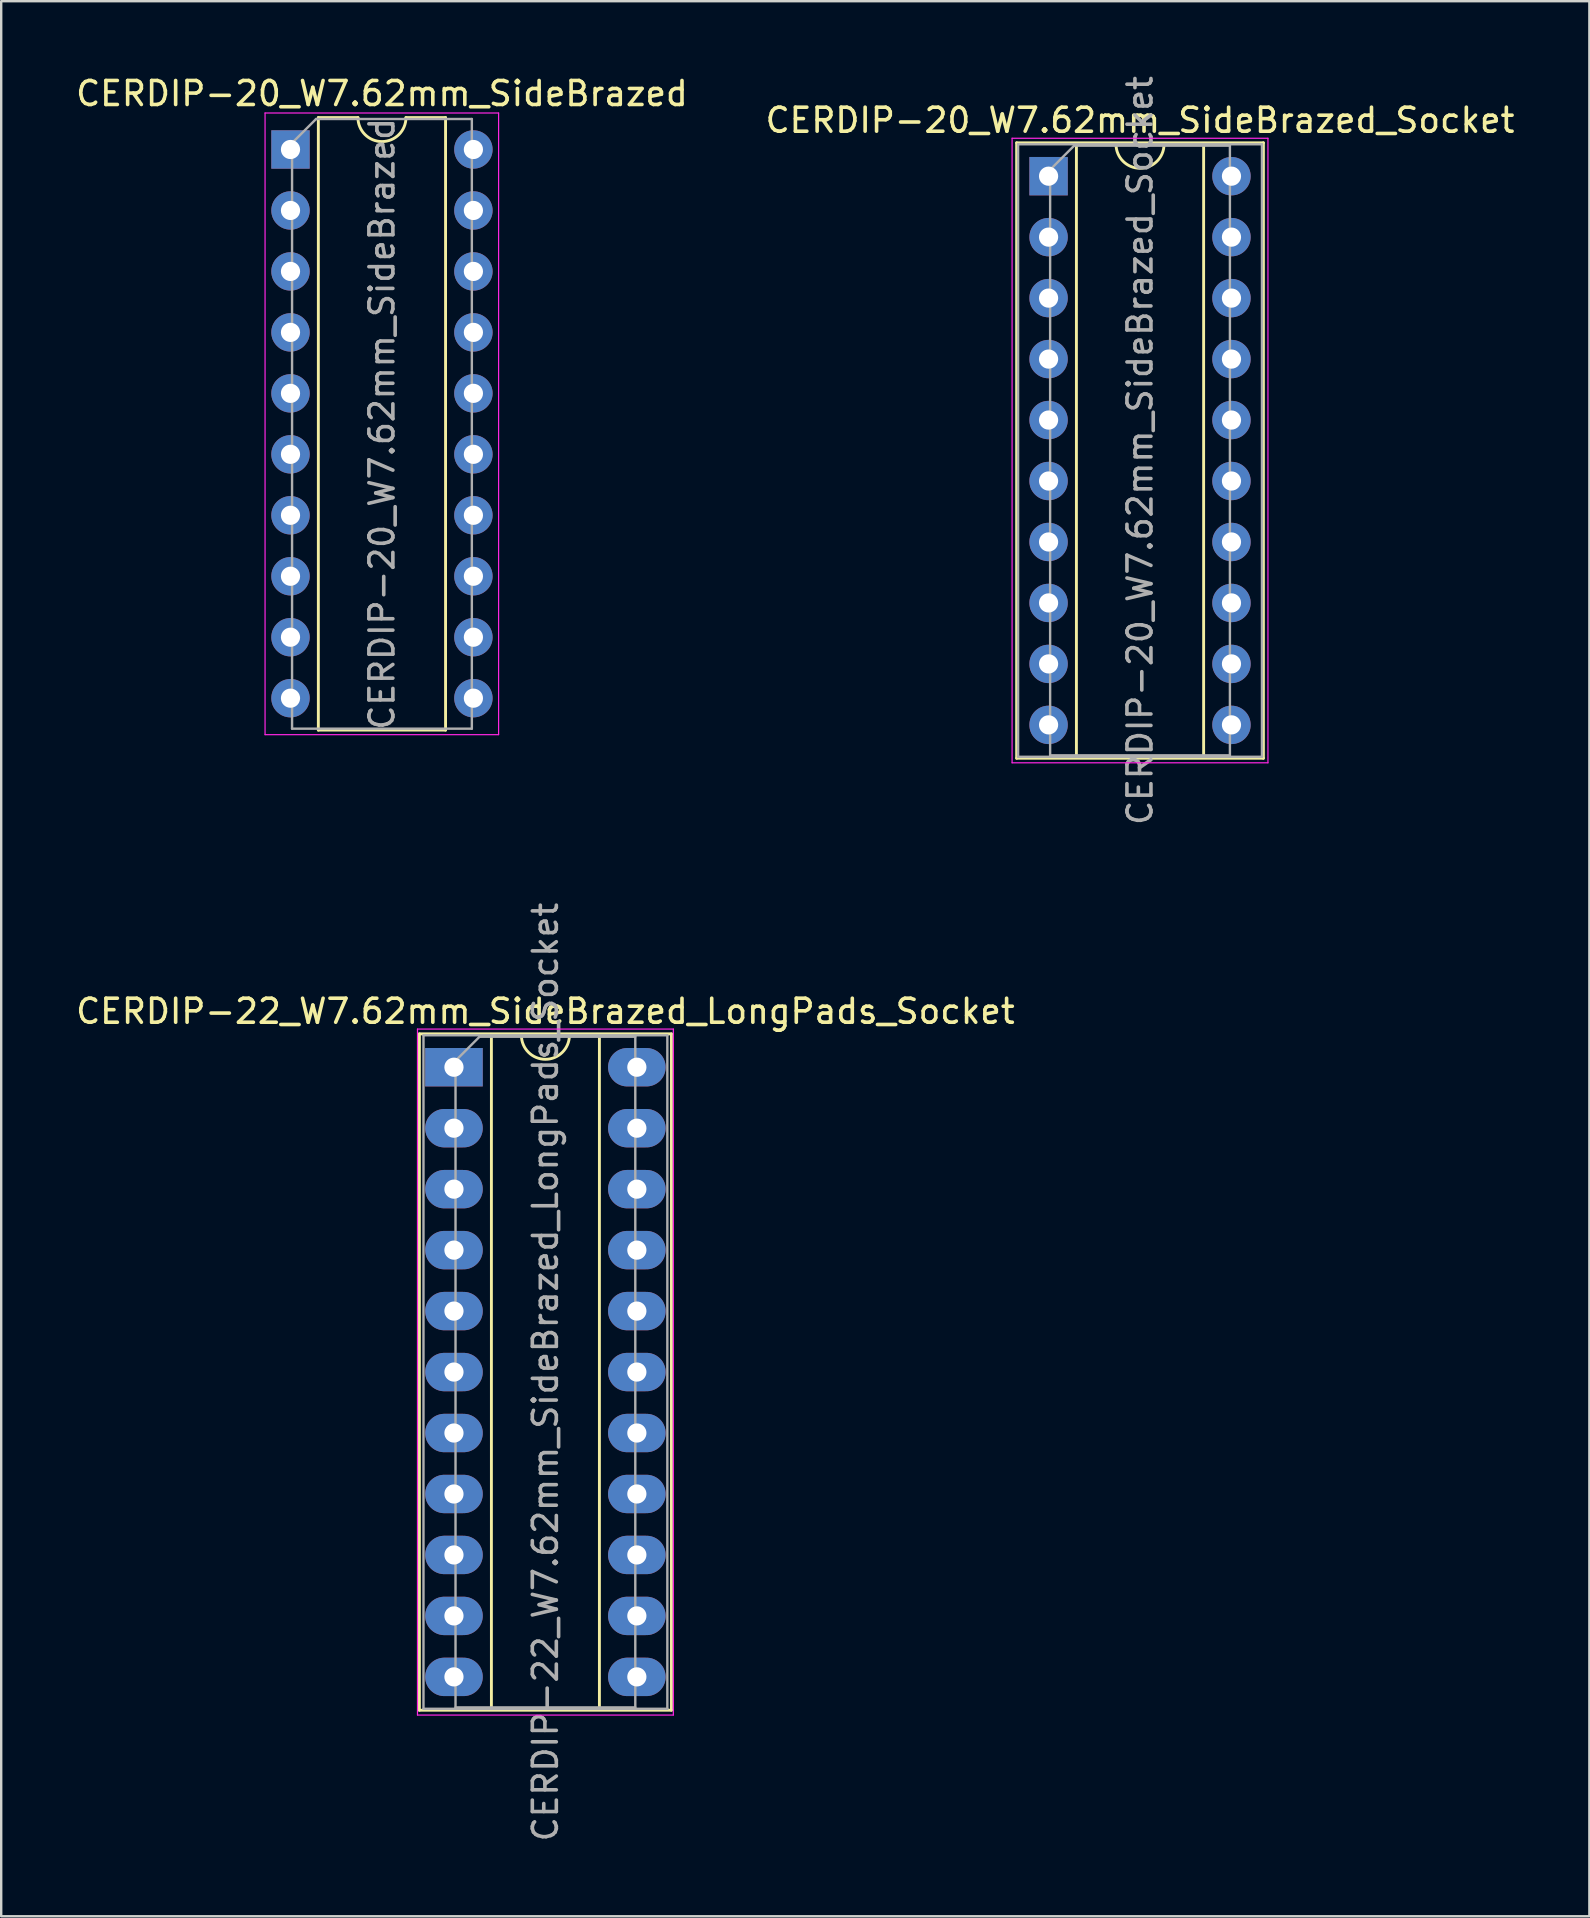
<source format=kicad_pcb>
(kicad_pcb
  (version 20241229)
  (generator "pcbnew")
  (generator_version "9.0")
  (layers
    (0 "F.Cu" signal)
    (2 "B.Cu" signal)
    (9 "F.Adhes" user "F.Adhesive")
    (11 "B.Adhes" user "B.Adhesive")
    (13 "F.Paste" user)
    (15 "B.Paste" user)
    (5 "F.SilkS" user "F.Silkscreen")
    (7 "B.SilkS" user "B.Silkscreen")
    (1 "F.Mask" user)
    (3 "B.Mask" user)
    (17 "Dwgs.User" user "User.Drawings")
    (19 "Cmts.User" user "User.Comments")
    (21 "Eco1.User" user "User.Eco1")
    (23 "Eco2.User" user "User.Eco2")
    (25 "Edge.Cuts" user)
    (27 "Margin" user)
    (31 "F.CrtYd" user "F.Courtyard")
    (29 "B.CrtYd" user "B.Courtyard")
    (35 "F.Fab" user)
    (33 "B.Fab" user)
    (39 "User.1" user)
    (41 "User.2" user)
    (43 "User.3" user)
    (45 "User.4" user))
  (footprint "CERDIP-22_W7.62mm_SideBrazed_LongPads_Socket"
    (layer "F.Cu")
    (at 15.863 41.413)
    (property "Reference" "CERDIP-22_W7.62mm_SideBrazed_LongPads_Socket" (at 3.81 -2.33 0) (layer "F.SilkS") (effects (font (size 1 1) (thickness 0.15))))
    (attr through_hole)
    (fp_line (start -1.44 -1.39) (end -1.44 26.79) (stroke (width 0.12) (type solid)) (layer "F.SilkS"))
    (fp_line (start -1.44 26.79) (end 9.06 26.79) (stroke (width 0.12) (type solid)) (layer "F.SilkS"))
    (fp_line (start 1.56 -1.33) (end 1.56 26.73) (stroke (width 0.12) (type solid)) (layer "F.SilkS"))
    (fp_line (start 1.56 26.73) (end 6.06 26.73) (stroke (width 0.12) (type solid)) (layer "F.SilkS"))
    (fp_line (start 2.81 -1.33) (end 1.56 -1.33) (stroke (width 0.12) (type solid)) (layer "F.SilkS"))
    (fp_line (start 6.06 -1.33) (end 4.81 -1.33) (stroke (width 0.12) (type solid)) (layer "F.SilkS"))
    (fp_line (start 6.06 26.73) (end 6.06 -1.33) (stroke (width 0.12) (type solid)) (layer "F.SilkS"))
    (fp_line (start 9.06 -1.39) (end -1.44 -1.39) (stroke (width 0.12) (type solid)) (layer "F.SilkS"))
    (fp_line (start 9.06 26.79) (end 9.06 -1.39) (stroke (width 0.12) (type solid)) (layer "F.SilkS"))
    (fp_arc (start 4.81 -1.33) (mid 3.81 -0.33) (end 2.81 -1.33) (stroke (width 0.12) (type solid)) (layer "F.SilkS"))
    (fp_line (start -1.52 -1.59) (end -1.52 26.99) (stroke (width 0.05) (type solid)) (layer "F.CrtYd"))
    (fp_line (start -1.52 26.99) (end 9.14 26.99) (stroke (width 0.05) (type solid)) (layer "F.CrtYd"))
    (fp_line (start 9.14 -1.59) (end -1.52 -1.59) (stroke (width 0.05) (type solid)) (layer "F.CrtYd"))
    (fp_line (start 9.14 26.99) (end 9.14 -1.59) (stroke (width 0.05) (type solid)) (layer "F.CrtYd"))
    (fp_line (start -1.27 -1.33) (end -1.27 26.73) (stroke (width 0.1) (type solid)) (layer "F.Fab"))
    (fp_line (start -1.27 26.73) (end 8.89 26.73) (stroke (width 0.1) (type solid)) (layer "F.Fab"))
    (fp_line (start 0.065 -0.27) (end 1.065 -1.27) (stroke (width 0.1) (type solid)) (layer "F.Fab"))
    (fp_line (start 0.065 26.67) (end 0.065 -0.27) (stroke (width 0.1) (type solid)) (layer "F.Fab"))
    (fp_line (start 1.065 -1.27) (end 7.555 -1.27) (stroke (width 0.1) (type solid)) (layer "F.Fab"))
    (fp_line (start 7.555 -1.27) (end 7.555 26.67) (stroke (width 0.1) (type solid)) (layer "F.Fab"))
    (fp_line (start 7.555 26.67) (end 0.065 26.67) (stroke (width 0.1) (type solid)) (layer "F.Fab"))
    (fp_line (start 8.89 -1.33) (end -1.27 -1.33) (stroke (width 0.1) (type solid)) (layer "F.Fab"))
    (fp_line (start 8.89 26.73) (end 8.89 -1.33) (stroke (width 0.1) (type solid)) (layer "F.Fab"))
    (fp_text user "${REFERENCE}" (at 3.81 12.7 90) (layer "F.Fab") (effects (font (size 1 1) (thickness 0.15))))
    (pad "1" thru_hole rect (at 0 0) (size 2.4 1.6) (drill 0.8) (layers "*.Cu" "*.Mask"))
    (pad "2" thru_hole oval (at 0 2.54) (size 2.4 1.6) (drill 0.8) (layers "*.Cu" "*.Mask"))
    (pad "3" thru_hole oval (at 0 5.08) (size 2.4 1.6) (drill 0.8) (layers "*.Cu" "*.Mask"))
    (pad "4" thru_hole oval (at 0 7.62) (size 2.4 1.6) (drill 0.8) (layers "*.Cu" "*.Mask"))
    (pad "5" thru_hole oval (at 0 10.16) (size 2.4 1.6) (drill 0.8) (layers "*.Cu" "*.Mask"))
    (pad "6" thru_hole oval (at 0 12.7) (size 2.4 1.6) (drill 0.8) (layers "*.Cu" "*.Mask"))
    (pad "7" thru_hole oval (at 0 15.24) (size 2.4 1.6) (drill 0.8) (layers "*.Cu" "*.Mask"))
    (pad "8" thru_hole oval (at 0 17.78) (size 2.4 1.6) (drill 0.8) (layers "*.Cu" "*.Mask"))
    (pad "9" thru_hole oval (at 0 20.32) (size 2.4 1.6) (drill 0.8) (layers "*.Cu" "*.Mask"))
    (pad "10" thru_hole oval (at 0 22.86) (size 2.4 1.6) (drill 0.8) (layers "*.Cu" "*.Mask"))
    (pad "11" thru_hole oval (at 0 25.4) (size 2.4 1.6) (drill 0.8) (layers "*.Cu" "*.Mask"))
    (pad "12" thru_hole oval (at 7.62 25.4) (size 2.4 1.6) (drill 0.8) (layers "*.Cu" "*.Mask"))
    (pad "13" thru_hole oval (at 7.62 22.86) (size 2.4 1.6) (drill 0.8) (layers "*.Cu" "*.Mask"))
    (pad "14" thru_hole oval (at 7.62 20.32) (size 2.4 1.6) (drill 0.8) (layers "*.Cu" "*.Mask"))
    (pad "15" thru_hole oval (at 7.62 17.78) (size 2.4 1.6) (drill 0.8) (layers "*.Cu" "*.Mask"))
    (pad "16" thru_hole oval (at 7.62 15.24) (size 2.4 1.6) (drill 0.8) (layers "*.Cu" "*.Mask"))
    (pad "17" thru_hole oval (at 7.62 12.7) (size 2.4 1.6) (drill 0.8) (layers "*.Cu" "*.Mask"))
    (pad "18" thru_hole oval (at 7.62 10.16) (size 2.4 1.6) (drill 0.8) (layers "*.Cu" "*.Mask"))
    (pad "19" thru_hole oval (at 7.62 7.62) (size 2.4 1.6) (drill 0.8) (layers "*.Cu" "*.Mask"))
    (pad "20" thru_hole oval (at 7.62 5.08) (size 2.4 1.6) (drill 0.8) (layers "*.Cu" "*.Mask"))
    (pad "21" thru_hole oval (at 7.62 2.54) (size 2.4 1.6) (drill 0.8) (layers "*.Cu" "*.Mask"))
    (pad "22" thru_hole oval (at 7.62 0) (size 2.4 1.6) (drill 0.8) (layers "*.Cu" "*.Mask")))
  (footprint "CERDIP-20_W7.62mm_SideBrazed"
    (layer "F.Cu")
    (at 9.053 3.178)
    (property "Reference" "CERDIP-20_W7.62mm_SideBrazed" (at 3.81 -2.33 0) (layer "F.SilkS") (effects (font (size 1 1) (thickness 0.15))))
    (attr through_hole)
    (fp_line (start 1.16 -1.33) (end 1.16 24.19) (stroke (width 0.12) (type solid)) (layer "F.SilkS"))
    (fp_line (start 1.16 24.19) (end 6.46 24.19) (stroke (width 0.12) (type solid)) (layer "F.SilkS"))
    (fp_line (start 2.81 -1.33) (end 1.16 -1.33) (stroke (width 0.12) (type solid)) (layer "F.SilkS"))
    (fp_line (start 6.46 -1.33) (end 4.81 -1.33) (stroke (width 0.12) (type solid)) (layer "F.SilkS"))
    (fp_line (start 6.46 24.19) (end 6.46 -1.33) (stroke (width 0.12) (type solid)) (layer "F.SilkS"))
    (fp_arc (start 4.81 -1.33) (mid 3.81 -0.33) (end 2.81 -1.33) (stroke (width 0.12) (type solid)) (layer "F.SilkS"))
    (fp_line (start -1.06 -1.52) (end -1.06 24.38) (stroke (width 0.05) (type solid)) (layer "F.CrtYd"))
    (fp_line (start -1.06 24.38) (end 8.67 24.38) (stroke (width 0.05) (type solid)) (layer "F.CrtYd"))
    (fp_line (start 8.67 -1.52) (end -1.06 -1.52) (stroke (width 0.05) (type solid)) (layer "F.CrtYd"))
    (fp_line (start 8.67 24.38) (end 8.67 -1.52) (stroke (width 0.05) (type solid)) (layer "F.CrtYd"))
    (fp_line (start 0.065 -0.27) (end 1.065 -1.27) (stroke (width 0.1) (type solid)) (layer "F.Fab"))
    (fp_line (start 0.065 24.13) (end 0.065 -0.27) (stroke (width 0.1) (type solid)) (layer "F.Fab"))
    (fp_line (start 1.065 -1.27) (end 7.555 -1.27) (stroke (width 0.1) (type solid)) (layer "F.Fab"))
    (fp_line (start 7.555 -1.27) (end 7.555 24.13) (stroke (width 0.1) (type solid)) (layer "F.Fab"))
    (fp_line (start 7.555 24.13) (end 0.065 24.13) (stroke (width 0.1) (type solid)) (layer "F.Fab"))
    (fp_text user "${REFERENCE}" (at 3.81 11.43 90) (layer "F.Fab") (effects (font (size 1 1) (thickness 0.15))))
    (pad "1" thru_hole rect (at 0 0) (size 1.6 1.6) (drill 0.8) (layers "*.Cu" "*.Mask"))
    (pad "2" thru_hole circle (at 0 2.54) (size 1.6 1.6) (drill 0.8) (layers "*.Cu" "*.Mask"))
    (pad "3" thru_hole circle (at 0 5.08) (size 1.6 1.6) (drill 0.8) (layers "*.Cu" "*.Mask"))
    (pad "4" thru_hole circle (at 0 7.62) (size 1.6 1.6) (drill 0.8) (layers "*.Cu" "*.Mask"))
    (pad "5" thru_hole circle (at 0 10.16) (size 1.6 1.6) (drill 0.8) (layers "*.Cu" "*.Mask"))
    (pad "6" thru_hole circle (at 0 12.7) (size 1.6 1.6) (drill 0.8) (layers "*.Cu" "*.Mask"))
    (pad "7" thru_hole circle (at 0 15.24) (size 1.6 1.6) (drill 0.8) (layers "*.Cu" "*.Mask"))
    (pad "8" thru_hole circle (at 0 17.78) (size 1.6 1.6) (drill 0.8) (layers "*.Cu" "*.Mask"))
    (pad "9" thru_hole circle (at 0 20.32) (size 1.6 1.6) (drill 0.8) (layers "*.Cu" "*.Mask"))
    (pad "10" thru_hole circle (at 0 22.86) (size 1.6 1.6) (drill 0.8) (layers "*.Cu" "*.Mask"))
    (pad "11" thru_hole circle (at 7.62 22.86) (size 1.6 1.6) (drill 0.8) (layers "*.Cu" "*.Mask"))
    (pad "12" thru_hole circle (at 7.62 20.32) (size 1.6 1.6) (drill 0.8) (layers "*.Cu" "*.Mask"))
    (pad "13" thru_hole circle (at 7.62 17.78) (size 1.6 1.6) (drill 0.8) (layers "*.Cu" "*.Mask"))
    (pad "14" thru_hole circle (at 7.62 15.24) (size 1.6 1.6) (drill 0.8) (layers "*.Cu" "*.Mask"))
    (pad "15" thru_hole circle (at 7.62 12.7) (size 1.6 1.6) (drill 0.8) (layers "*.Cu" "*.Mask"))
    (pad "16" thru_hole circle (at 7.62 10.16) (size 1.6 1.6) (drill 0.8) (layers "*.Cu" "*.Mask"))
    (pad "17" thru_hole circle (at 7.62 7.62) (size 1.6 1.6) (drill 0.8) (layers "*.Cu" "*.Mask"))
    (pad "18" thru_hole circle (at 7.62 5.08) (size 1.6 1.6) (drill 0.8) (layers "*.Cu" "*.Mask"))
    (pad "19" thru_hole circle (at 7.62 2.54) (size 1.6 1.6) (drill 0.8) (layers "*.Cu" "*.Mask"))
    (pad "20" thru_hole circle (at 7.62 0) (size 1.6 1.6) (drill 0.8) (layers "*.Cu" "*.Mask")))
  (footprint "CERDIP-20_W7.62mm_SideBrazed_Socket"
    (layer "F.Cu")
    (at 40.636 4.29)
    (property "Reference" "CERDIP-20_W7.62mm_SideBrazed_Socket" (at 3.81 -2.33 0) (layer "F.SilkS") (effects (font (size 1 1) (thickness 0.15))))
    (attr through_hole)
    (fp_line (start -1.33 -1.39) (end -1.33 24.25) (stroke (width 0.12) (type solid)) (layer "F.SilkS"))
    (fp_line (start -1.33 24.25) (end 8.95 24.25) (stroke (width 0.12) (type solid)) (layer "F.SilkS"))
    (fp_line (start 1.16 -1.33) (end 1.16 24.19) (stroke (width 0.12) (type solid)) (layer "F.SilkS"))
    (fp_line (start 1.16 24.19) (end 6.46 24.19) (stroke (width 0.12) (type solid)) (layer "F.SilkS"))
    (fp_line (start 2.81 -1.33) (end 1.16 -1.33) (stroke (width 0.12) (type solid)) (layer "F.SilkS"))
    (fp_line (start 6.46 -1.33) (end 4.81 -1.33) (stroke (width 0.12) (type solid)) (layer "F.SilkS"))
    (fp_line (start 6.46 24.19) (end 6.46 -1.33) (stroke (width 0.12) (type solid)) (layer "F.SilkS"))
    (fp_line (start 8.95 -1.39) (end -1.33 -1.39) (stroke (width 0.12) (type solid)) (layer "F.SilkS"))
    (fp_line (start 8.95 24.25) (end 8.95 -1.39) (stroke (width 0.12) (type solid)) (layer "F.SilkS"))
    (fp_arc (start 4.81 -1.33) (mid 3.81 -0.33) (end 2.81 -1.33) (stroke (width 0.12) (type solid)) (layer "F.SilkS"))
    (fp_line (start -1.52 -1.58) (end -1.52 24.44) (stroke (width 0.05) (type solid)) (layer "F.CrtYd"))
    (fp_line (start -1.52 24.44) (end 9.14 24.44) (stroke (width 0.05) (type solid)) (layer "F.CrtYd"))
    (fp_line (start 9.14 -1.58) (end -1.52 -1.58) (stroke (width 0.05) (type solid)) (layer "F.CrtYd"))
    (fp_line (start 9.14 24.44) (end 9.14 -1.58) (stroke (width 0.05) (type solid)) (layer "F.CrtYd"))
    (fp_line (start -1.27 -1.33) (end -1.27 24.19) (stroke (width 0.1) (type solid)) (layer "F.Fab"))
    (fp_line (start -1.27 24.19) (end 8.89 24.19) (stroke (width 0.1) (type solid)) (layer "F.Fab"))
    (fp_line (start 0.065 -0.27) (end 1.065 -1.27) (stroke (width 0.1) (type solid)) (layer "F.Fab"))
    (fp_line (start 0.065 24.13) (end 0.065 -0.27) (stroke (width 0.1) (type solid)) (layer "F.Fab"))
    (fp_line (start 1.065 -1.27) (end 7.555 -1.27) (stroke (width 0.1) (type solid)) (layer "F.Fab"))
    (fp_line (start 7.555 -1.27) (end 7.555 24.13) (stroke (width 0.1) (type solid)) (layer "F.Fab"))
    (fp_line (start 7.555 24.13) (end 0.065 24.13) (stroke (width 0.1) (type solid)) (layer "F.Fab"))
    (fp_line (start 8.89 -1.33) (end -1.27 -1.33) (stroke (width 0.1) (type solid)) (layer "F.Fab"))
    (fp_line (start 8.89 24.19) (end 8.89 -1.33) (stroke (width 0.1) (type solid)) (layer "F.Fab"))
    (fp_text user "${REFERENCE}" (at 3.81 11.43 90) (layer "F.Fab") (effects (font (size 1 1) (thickness 0.15))))
    (pad "1" thru_hole rect (at 0 0) (size 1.6 1.6) (drill 0.8) (layers "*.Cu" "*.Mask"))
    (pad "2" thru_hole circle (at 0 2.54) (size 1.6 1.6) (drill 0.8) (layers "*.Cu" "*.Mask"))
    (pad "3" thru_hole circle (at 0 5.08) (size 1.6 1.6) (drill 0.8) (layers "*.Cu" "*.Mask"))
    (pad "4" thru_hole circle (at 0 7.62) (size 1.6 1.6) (drill 0.8) (layers "*.Cu" "*.Mask"))
    (pad "5" thru_hole circle (at 0 10.16) (size 1.6 1.6) (drill 0.8) (layers "*.Cu" "*.Mask"))
    (pad "6" thru_hole circle (at 0 12.7) (size 1.6 1.6) (drill 0.8) (layers "*.Cu" "*.Mask"))
    (pad "7" thru_hole circle (at 0 15.24) (size 1.6 1.6) (drill 0.8) (layers "*.Cu" "*.Mask"))
    (pad "8" thru_hole circle (at 0 17.78) (size 1.6 1.6) (drill 0.8) (layers "*.Cu" "*.Mask"))
    (pad "9" thru_hole circle (at 0 20.32) (size 1.6 1.6) (drill 0.8) (layers "*.Cu" "*.Mask"))
    (pad "10" thru_hole circle (at 0 22.86) (size 1.6 1.6) (drill 0.8) (layers "*.Cu" "*.Mask"))
    (pad "11" thru_hole circle (at 7.62 22.86) (size 1.6 1.6) (drill 0.8) (layers "*.Cu" "*.Mask"))
    (pad "12" thru_hole circle (at 7.62 20.32) (size 1.6 1.6) (drill 0.8) (layers "*.Cu" "*.Mask"))
    (pad "13" thru_hole circle (at 7.62 17.78) (size 1.6 1.6) (drill 0.8) (layers "*.Cu" "*.Mask"))
    (pad "14" thru_hole circle (at 7.62 15.24) (size 1.6 1.6) (drill 0.8) (layers "*.Cu" "*.Mask"))
    (pad "15" thru_hole circle (at 7.62 12.7) (size 1.6 1.6) (drill 0.8) (layers "*.Cu" "*.Mask"))
    (pad "16" thru_hole circle (at 7.62 10.16) (size 1.6 1.6) (drill 0.8) (layers "*.Cu" "*.Mask"))
    (pad "17" thru_hole circle (at 7.62 7.62) (size 1.6 1.6) (drill 0.8) (layers "*.Cu" "*.Mask"))
    (pad "18" thru_hole circle (at 7.62 5.08) (size 1.6 1.6) (drill 0.8) (layers "*.Cu" "*.Mask"))
    (pad "19" thru_hole circle (at 7.62 2.54) (size 1.6 1.6) (drill 0.8) (layers "*.Cu" "*.Mask"))
    (pad "20" thru_hole circle (at 7.62 0) (size 1.6 1.6) (drill 0.8) (layers "*.Cu" "*.Mask")))
  (gr_rect
    (start -3 -3)
    (end 63.167 76.786)
    (stroke (width 0.1) (type default))
    (fill no)
    (layer "Edge.Cuts")))
</source>
